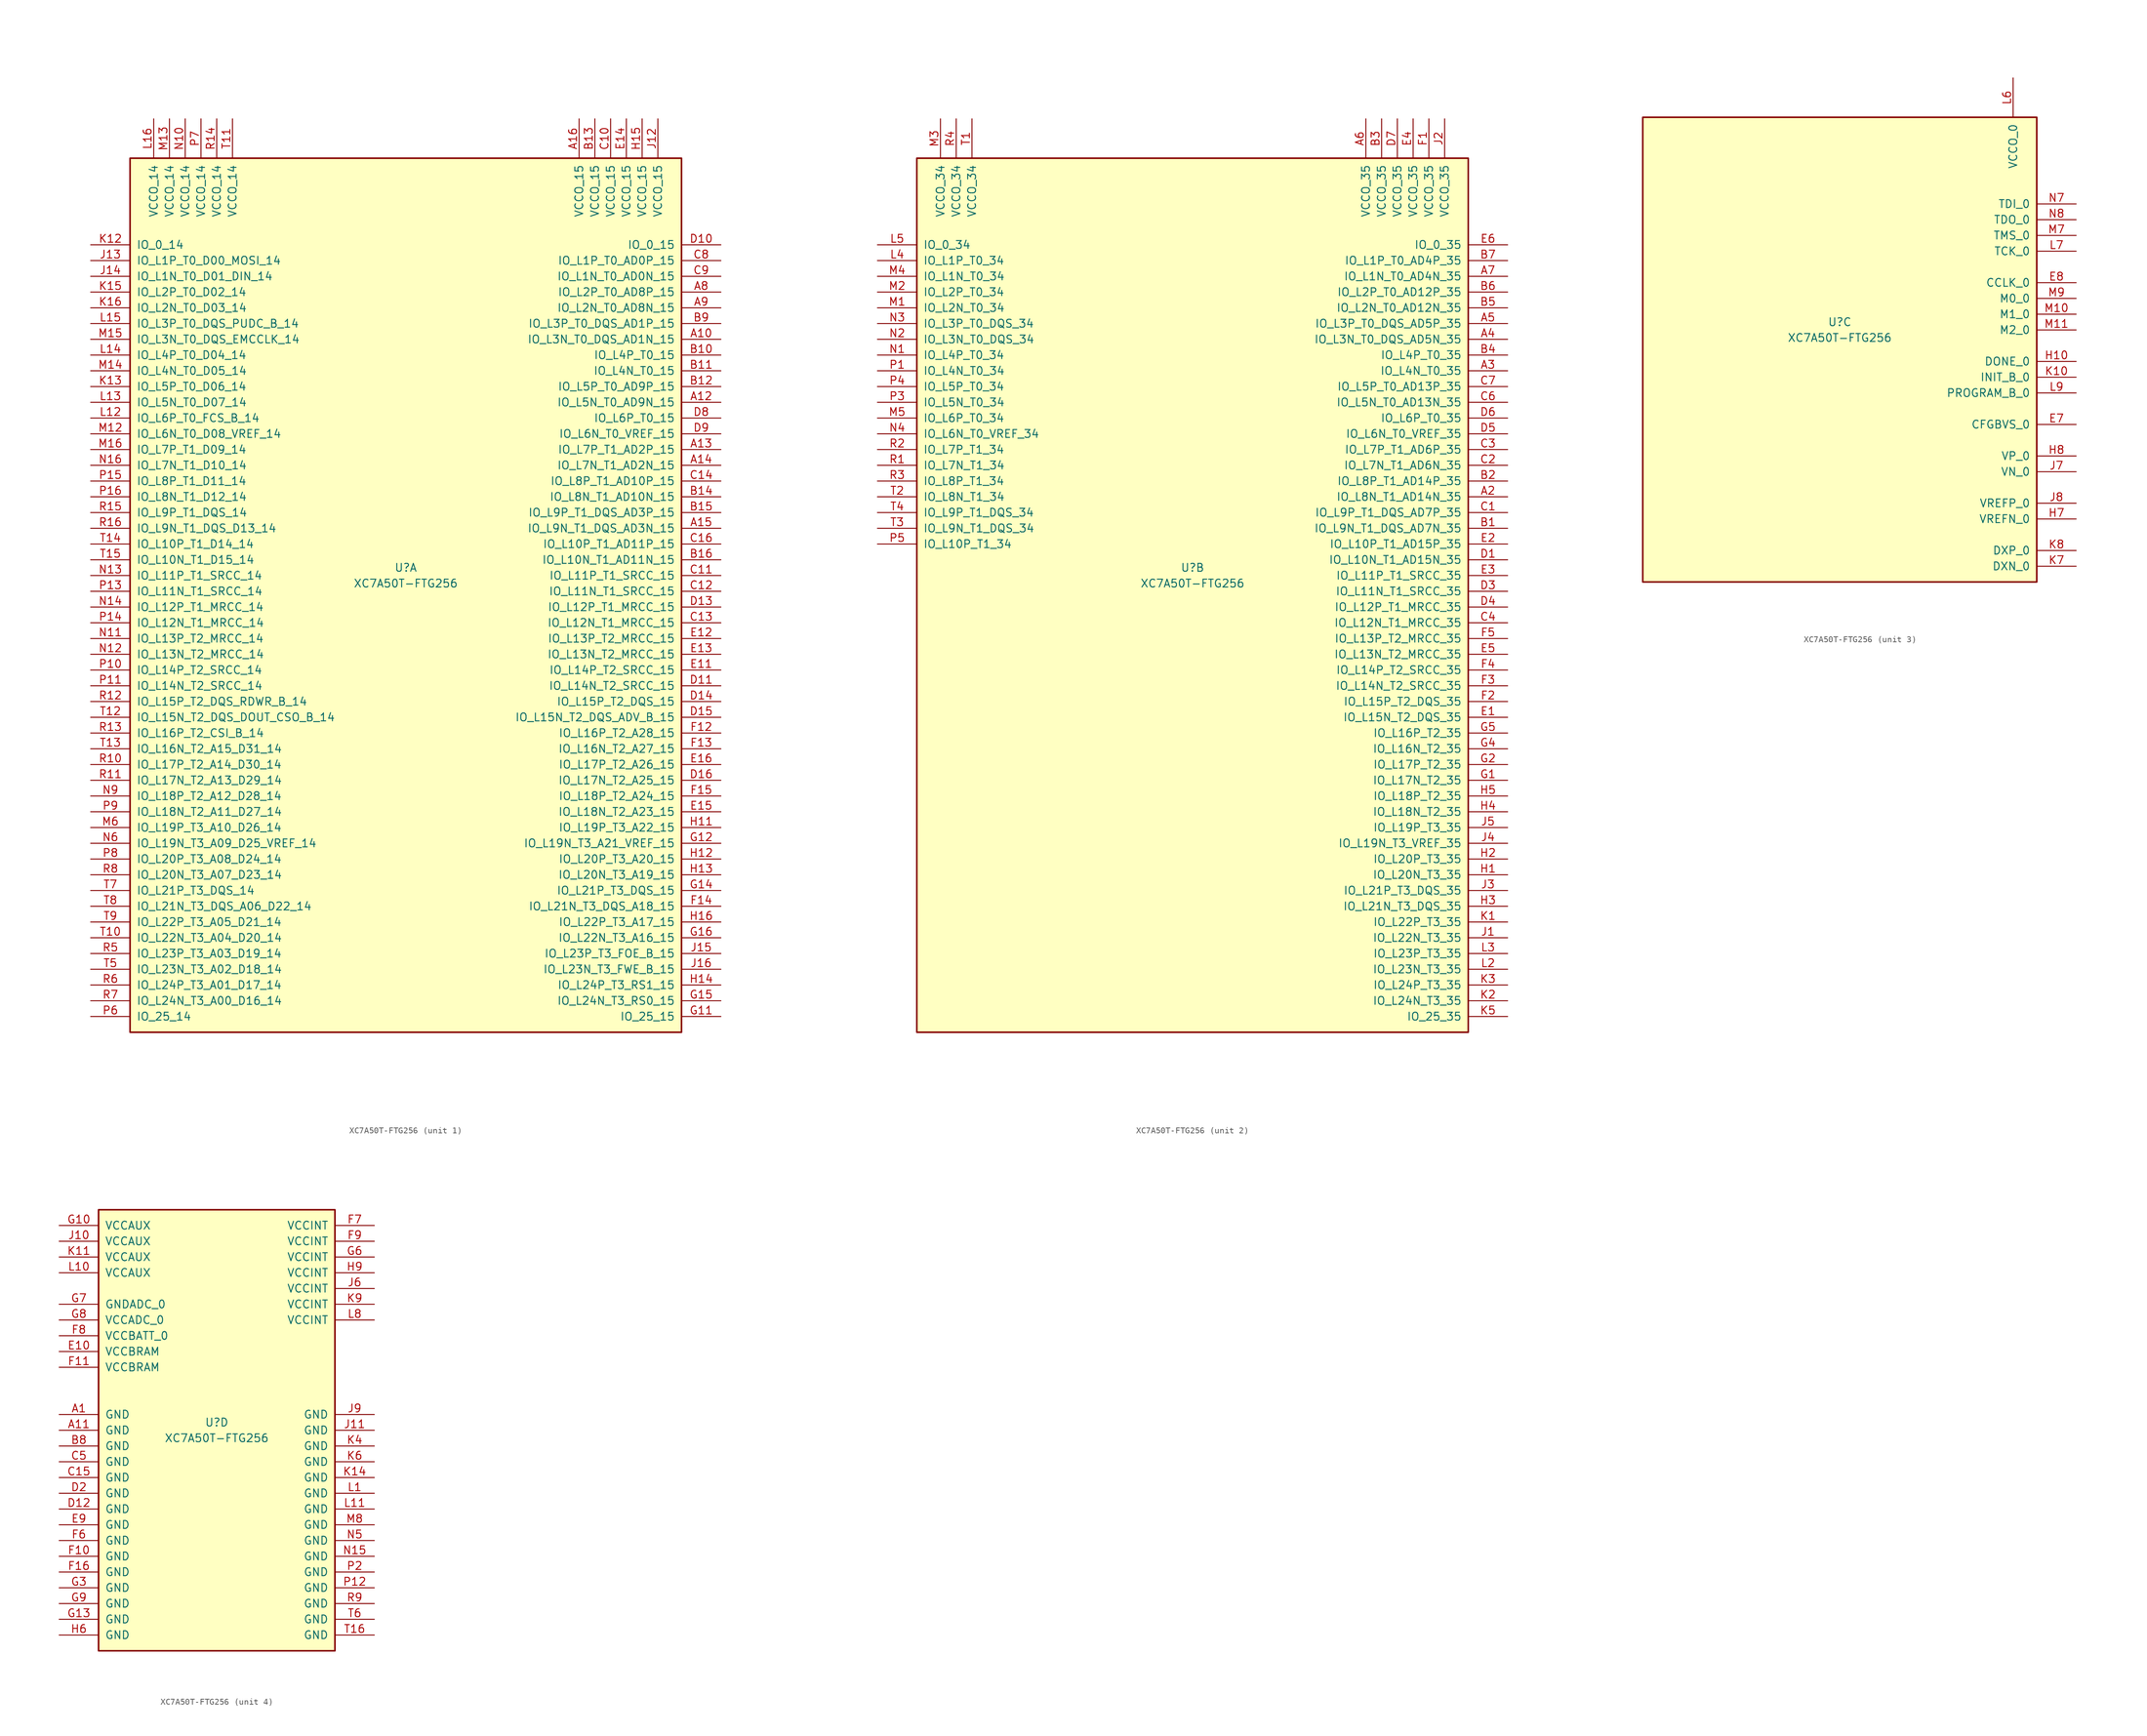
<source format=kicad_sym>
(kicad_symbol_lib
  (version 20201005)
  (generator kicad_symbol_editor)
  (symbol "FPGA_Xilinx_Artix7:XC7A50T-FTG256"
    (pin_names
      (offset 1.016))
    (property "Reference" "U"
      (at 0 1.27 0)
      (effects (font (size 1.27 1.27))))
    (property "Value" "XC7A50T-FTG256"
      (at 0 -1.27 0)
      (effects (font (size 1.27 1.27))))
    (property "Datasheet" ""
      (at 0 0 0)
      (effects (font (size 1.27 1.27))))
    (property "ki_locked" ""
      (at 0 0 0)
      (effects (font (size 1.27 1.27))))
    (symbol "XC7A50T-FTG256_1_1"
      (rectangle (start -44.45 67.31) (end 44.45 -73.66) (stroke (width 0.254)) (fill (type background)))
      (pin power_in line (at -40.64 73.66 270) (length 6.35) (name "VCCO_14" (effects (font (size 1.27 1.27)))) (number "L16" (effects (font (size 1.27 1.27)))))
      (pin power_in line (at -38.1 73.66 270) (length 6.35) (name "VCCO_14" (effects (font (size 1.27 1.27)))) (number "M13" (effects (font (size 1.27 1.27)))))
      (pin power_in line (at -35.56 73.66 270) (length 6.35) (name "VCCO_14" (effects (font (size 1.27 1.27)))) (number "N10" (effects (font (size 1.27 1.27)))))
      (pin power_in line (at -33.02 73.66 270) (length 6.35) (name "VCCO_14" (effects (font (size 1.27 1.27)))) (number "P7" (effects (font (size 1.27 1.27)))))
      (pin power_in line (at -30.48 73.66 270) (length 6.35) (name "VCCO_14" (effects (font (size 1.27 1.27)))) (number "R14" (effects (font (size 1.27 1.27)))))
      (pin power_in line (at -27.94 73.66 270) (length 6.35) (name "VCCO_14" (effects (font (size 1.27 1.27)))) (number "T11" (effects (font (size 1.27 1.27)))))
      (pin bidirectional line (at -50.8 53.34 0) (length 6.35) (name "IO_0_14" (effects (font (size 1.27 1.27)))) (number "K12" (effects (font (size 1.27 1.27)))))
      (pin bidirectional line (at -50.8 50.8 0) (length 6.35) (name "IO_L1P_T0_D00_MOSI_14" (effects (font (size 1.27 1.27)))) (number "J13" (effects (font (size 1.27 1.27)))))
      (pin bidirectional line (at -50.8 48.26 0) (length 6.35) (name "IO_L1N_T0_D01_DIN_14" (effects (font (size 1.27 1.27)))) (number "J14" (effects (font (size 1.27 1.27)))))
      (pin bidirectional line (at -50.8 45.72 0) (length 6.35) (name "IO_L2P_T0_D02_14" (effects (font (size 1.27 1.27)))) (number "K15" (effects (font (size 1.27 1.27)))))
      (pin bidirectional line (at -50.8 43.18 0) (length 6.35) (name "IO_L2N_T0_D03_14" (effects (font (size 1.27 1.27)))) (number "K16" (effects (font (size 1.27 1.27)))))
      (pin bidirectional line (at -50.8 40.64 0) (length 6.35) (name "IO_L3P_T0_DQS_PUDC_B_14" (effects (font (size 1.27 1.27)))) (number "L15" (effects (font (size 1.27 1.27)))))
      (pin bidirectional line (at -50.8 38.1 0) (length 6.35) (name "IO_L3N_T0_DQS_EMCCLK_14" (effects (font (size 1.27 1.27)))) (number "M15" (effects (font (size 1.27 1.27)))))
      (pin bidirectional line (at -50.8 35.56 0) (length 6.35) (name "IO_L4P_T0_D04_14" (effects (font (size 1.27 1.27)))) (number "L14" (effects (font (size 1.27 1.27)))))
      (pin bidirectional line (at -50.8 33.02 0) (length 6.35) (name "IO_L4N_T0_D05_14" (effects (font (size 1.27 1.27)))) (number "M14" (effects (font (size 1.27 1.27)))))
      (pin bidirectional line (at -50.8 30.48 0) (length 6.35) (name "IO_L5P_T0_D06_14" (effects (font (size 1.27 1.27)))) (number "K13" (effects (font (size 1.27 1.27)))))
      (pin bidirectional line (at -50.8 27.94 0) (length 6.35) (name "IO_L5N_T0_D07_14" (effects (font (size 1.27 1.27)))) (number "L13" (effects (font (size 1.27 1.27)))))
      (pin bidirectional line (at -50.8 25.4 0) (length 6.35) (name "IO_L6P_T0_FCS_B_14" (effects (font (size 1.27 1.27)))) (number "L12" (effects (font (size 1.27 1.27)))))
      (pin bidirectional line (at -50.8 22.86 0) (length 6.35) (name "IO_L6N_T0_D08_VREF_14" (effects (font (size 1.27 1.27)))) (number "M12" (effects (font (size 1.27 1.27)))))
      (pin bidirectional line (at -50.8 20.32 0) (length 6.35) (name "IO_L7P_T1_D09_14" (effects (font (size 1.27 1.27)))) (number "M16" (effects (font (size 1.27 1.27)))))
      (pin bidirectional line (at -50.8 17.78 0) (length 6.35) (name "IO_L7N_T1_D10_14" (effects (font (size 1.27 1.27)))) (number "N16" (effects (font (size 1.27 1.27)))))
      (pin bidirectional line (at -50.8 15.24 0) (length 6.35) (name "IO_L8P_T1_D11_14" (effects (font (size 1.27 1.27)))) (number "P15" (effects (font (size 1.27 1.27)))))
      (pin bidirectional line (at -50.8 12.7 0) (length 6.35) (name "IO_L8N_T1_D12_14" (effects (font (size 1.27 1.27)))) (number "P16" (effects (font (size 1.27 1.27)))))
      (pin bidirectional line (at -50.8 10.16 0) (length 6.35) (name "IO_L9P_T1_DQS_14" (effects (font (size 1.27 1.27)))) (number "R15" (effects (font (size 1.27 1.27)))))
      (pin bidirectional line (at -50.8 7.62 0) (length 6.35) (name "IO_L9N_T1_DQS_D13_14" (effects (font (size 1.27 1.27)))) (number "R16" (effects (font (size 1.27 1.27)))))
      (pin bidirectional line (at -50.8 5.08 0) (length 6.35) (name "IO_L10P_T1_D14_14" (effects (font (size 1.27 1.27)))) (number "T14" (effects (font (size 1.27 1.27)))))
      (pin bidirectional line (at -50.8 2.54 0) (length 6.35) (name "IO_L10N_T1_D15_14" (effects (font (size 1.27 1.27)))) (number "T15" (effects (font (size 1.27 1.27)))))
      (pin bidirectional line (at -50.8 0 0) (length 6.35) (name "IO_L11P_T1_SRCC_14" (effects (font (size 1.27 1.27)))) (number "N13" (effects (font (size 1.27 1.27)))))
      (pin bidirectional line (at -50.8 -2.54 0) (length 6.35) (name "IO_L11N_T1_SRCC_14" (effects (font (size 1.27 1.27)))) (number "P13" (effects (font (size 1.27 1.27)))))
      (pin bidirectional line (at -50.8 -5.08 0) (length 6.35) (name "IO_L12P_T1_MRCC_14" (effects (font (size 1.27 1.27)))) (number "N14" (effects (font (size 1.27 1.27)))))
      (pin bidirectional line (at -50.8 -7.62 0) (length 6.35) (name "IO_L12N_T1_MRCC_14" (effects (font (size 1.27 1.27)))) (number "P14" (effects (font (size 1.27 1.27)))))
      (pin bidirectional line (at -50.8 -10.16 0) (length 6.35) (name "IO_L13P_T2_MRCC_14" (effects (font (size 1.27 1.27)))) (number "N11" (effects (font (size 1.27 1.27)))))
      (pin bidirectional line (at -50.8 -12.7 0) (length 6.35) (name "IO_L13N_T2_MRCC_14" (effects (font (size 1.27 1.27)))) (number "N12" (effects (font (size 1.27 1.27)))))
      (pin bidirectional line (at -50.8 -15.24 0) (length 6.35) (name "IO_L14P_T2_SRCC_14" (effects (font (size 1.27 1.27)))) (number "P10" (effects (font (size 1.27 1.27)))))
      (pin bidirectional line (at -50.8 -17.78 0) (length 6.35) (name "IO_L14N_T2_SRCC_14" (effects (font (size 1.27 1.27)))) (number "P11" (effects (font (size 1.27 1.27)))))
      (pin bidirectional line (at -50.8 -20.32 0) (length 6.35) (name "IO_L15P_T2_DQS_RDWR_B_14" (effects (font (size 1.27 1.27)))) (number "R12" (effects (font (size 1.27 1.27)))))
      (pin bidirectional line (at -50.8 -22.86 0) (length 6.35) (name "IO_L15N_T2_DQS_DOUT_CSO_B_14" (effects (font (size 1.27 1.27)))) (number "T12" (effects (font (size 1.27 1.27)))))
      (pin bidirectional line (at -50.8 -25.4 0) (length 6.35) (name "IO_L16P_T2_CSI_B_14" (effects (font (size 1.27 1.27)))) (number "R13" (effects (font (size 1.27 1.27)))))
      (pin bidirectional line (at -50.8 -27.94 0) (length 6.35) (name "IO_L16N_T2_A15_D31_14" (effects (font (size 1.27 1.27)))) (number "T13" (effects (font (size 1.27 1.27)))))
      (pin bidirectional line (at -50.8 -30.48 0) (length 6.35) (name "IO_L17P_T2_A14_D30_14" (effects (font (size 1.27 1.27)))) (number "R10" (effects (font (size 1.27 1.27)))))
      (pin bidirectional line (at -50.8 -33.02 0) (length 6.35) (name "IO_L17N_T2_A13_D29_14" (effects (font (size 1.27 1.27)))) (number "R11" (effects (font (size 1.27 1.27)))))
      (pin bidirectional line (at -50.8 -35.56 0) (length 6.35) (name "IO_L18P_T2_A12_D28_14" (effects (font (size 1.27 1.27)))) (number "N9" (effects (font (size 1.27 1.27)))))
      (pin bidirectional line (at -50.8 -38.1 0) (length 6.35) (name "IO_L18N_T2_A11_D27_14" (effects (font (size 1.27 1.27)))) (number "P9" (effects (font (size 1.27 1.27)))))
      (pin bidirectional line (at -50.8 -40.64 0) (length 6.35) (name "IO_L19P_T3_A10_D26_14" (effects (font (size 1.27 1.27)))) (number "M6" (effects (font (size 1.27 1.27)))))
      (pin bidirectional line (at -50.8 -43.18 0) (length 6.35) (name "IO_L19N_T3_A09_D25_VREF_14" (effects (font (size 1.27 1.27)))) (number "N6" (effects (font (size 1.27 1.27)))))
      (pin bidirectional line (at -50.8 -45.72 0) (length 6.35) (name "IO_L20P_T3_A08_D24_14" (effects (font (size 1.27 1.27)))) (number "P8" (effects (font (size 1.27 1.27)))))
      (pin bidirectional line (at -50.8 -48.26 0) (length 6.35) (name "IO_L20N_T3_A07_D23_14" (effects (font (size 1.27 1.27)))) (number "R8" (effects (font (size 1.27 1.27)))))
      (pin bidirectional line (at -50.8 -50.8 0) (length 6.35) (name "IO_L21P_T3_DQS_14" (effects (font (size 1.27 1.27)))) (number "T7" (effects (font (size 1.27 1.27)))))
      (pin bidirectional line (at -50.8 -53.34 0) (length 6.35) (name "IO_L21N_T3_DQS_A06_D22_14" (effects (font (size 1.27 1.27)))) (number "T8" (effects (font (size 1.27 1.27)))))
      (pin bidirectional line (at -50.8 -55.88 0) (length 6.35) (name "IO_L22P_T3_A05_D21_14" (effects (font (size 1.27 1.27)))) (number "T9" (effects (font (size 1.27 1.27)))))
      (pin bidirectional line (at -50.8 -58.42 0) (length 6.35) (name "IO_L22N_T3_A04_D20_14" (effects (font (size 1.27 1.27)))) (number "T10" (effects (font (size 1.27 1.27)))))
      (pin bidirectional line (at -50.8 -60.96 0) (length 6.35) (name "IO_L23P_T3_A03_D19_14" (effects (font (size 1.27 1.27)))) (number "R5" (effects (font (size 1.27 1.27)))))
      (pin bidirectional line (at -50.8 -63.5 0) (length 6.35) (name "IO_L23N_T3_A02_D18_14" (effects (font (size 1.27 1.27)))) (number "T5" (effects (font (size 1.27 1.27)))))
      (pin bidirectional line (at -50.8 -66.04 0) (length 6.35) (name "IO_L24P_T3_A01_D17_14" (effects (font (size 1.27 1.27)))) (number "R6" (effects (font (size 1.27 1.27)))))
      (pin bidirectional line (at -50.8 -68.58 0) (length 6.35) (name "IO_L24N_T3_A00_D16_14" (effects (font (size 1.27 1.27)))) (number "R7" (effects (font (size 1.27 1.27)))))
      (pin bidirectional line (at -50.8 -71.12 0) (length 6.35) (name "IO_25_14" (effects (font (size 1.27 1.27)))) (number "P6" (effects (font (size 1.27 1.27)))))
      (pin power_in line (at 27.94 73.66 270) (length 6.35) (name "VCCO_15" (effects (font (size 1.27 1.27)))) (number "A16" (effects (font (size 1.27 1.27)))))
      (pin power_in line (at 30.48 73.66 270) (length 6.35) (name "VCCO_15" (effects (font (size 1.27 1.27)))) (number "B13" (effects (font (size 1.27 1.27)))))
      (pin power_in line (at 33.02 73.66 270) (length 6.35) (name "VCCO_15" (effects (font (size 1.27 1.27)))) (number "C10" (effects (font (size 1.27 1.27)))))
      (pin power_in line (at 35.56 73.66 270) (length 6.35) (name "VCCO_15" (effects (font (size 1.27 1.27)))) (number "E14" (effects (font (size 1.27 1.27)))))
      (pin power_in line (at 38.1 73.66 270) (length 6.35) (name "VCCO_15" (effects (font (size 1.27 1.27)))) (number "H15" (effects (font (size 1.27 1.27)))))
      (pin power_in line (at 40.64 73.66 270) (length 6.35) (name "VCCO_15" (effects (font (size 1.27 1.27)))) (number "J12" (effects (font (size 1.27 1.27)))))
      (pin bidirectional line (at 50.8 53.34 180) (length 6.35) (name "IO_0_15" (effects (font (size 1.27 1.27)))) (number "D10" (effects (font (size 1.27 1.27)))))
      (pin bidirectional line (at 50.8 50.8 180) (length 6.35) (name "IO_L1P_T0_AD0P_15" (effects (font (size 1.27 1.27)))) (number "C8" (effects (font (size 1.27 1.27)))))
      (pin bidirectional line (at 50.8 48.26 180) (length 6.35) (name "IO_L1N_T0_AD0N_15" (effects (font (size 1.27 1.27)))) (number "C9" (effects (font (size 1.27 1.27)))))
      (pin bidirectional line (at 50.8 45.72 180) (length 6.35) (name "IO_L2P_T0_AD8P_15" (effects (font (size 1.27 1.27)))) (number "A8" (effects (font (size 1.27 1.27)))))
      (pin bidirectional line (at 50.8 43.18 180) (length 6.35) (name "IO_L2N_T0_AD8N_15" (effects (font (size 1.27 1.27)))) (number "A9" (effects (font (size 1.27 1.27)))))
      (pin bidirectional line (at 50.8 40.64 180) (length 6.35) (name "IO_L3P_T0_DQS_AD1P_15" (effects (font (size 1.27 1.27)))) (number "B9" (effects (font (size 1.27 1.27)))))
      (pin bidirectional line (at 50.8 38.1 180) (length 6.35) (name "IO_L3N_T0_DQS_AD1N_15" (effects (font (size 1.27 1.27)))) (number "A10" (effects (font (size 1.27 1.27)))))
      (pin bidirectional line (at 50.8 35.56 180) (length 6.35) (name "IO_L4P_T0_15" (effects (font (size 1.27 1.27)))) (number "B10" (effects (font (size 1.27 1.27)))))
      (pin bidirectional line (at 50.8 33.02 180) (length 6.35) (name "IO_L4N_T0_15" (effects (font (size 1.27 1.27)))) (number "B11" (effects (font (size 1.27 1.27)))))
      (pin bidirectional line (at 50.8 30.48 180) (length 6.35) (name "IO_L5P_T0_AD9P_15" (effects (font (size 1.27 1.27)))) (number "B12" (effects (font (size 1.27 1.27)))))
      (pin bidirectional line (at 50.8 27.94 180) (length 6.35) (name "IO_L5N_T0_AD9N_15" (effects (font (size 1.27 1.27)))) (number "A12" (effects (font (size 1.27 1.27)))))
      (pin bidirectional line (at 50.8 25.4 180) (length 6.35) (name "IO_L6P_T0_15" (effects (font (size 1.27 1.27)))) (number "D8" (effects (font (size 1.27 1.27)))))
      (pin bidirectional line (at 50.8 22.86 180) (length 6.35) (name "IO_L6N_T0_VREF_15" (effects (font (size 1.27 1.27)))) (number "D9" (effects (font (size 1.27 1.27)))))
      (pin bidirectional line (at 50.8 20.32 180) (length 6.35) (name "IO_L7P_T1_AD2P_15" (effects (font (size 1.27 1.27)))) (number "A13" (effects (font (size 1.27 1.27)))))
      (pin bidirectional line (at 50.8 17.78 180) (length 6.35) (name "IO_L7N_T1_AD2N_15" (effects (font (size 1.27 1.27)))) (number "A14" (effects (font (size 1.27 1.27)))))
      (pin bidirectional line (at 50.8 15.24 180) (length 6.35) (name "IO_L8P_T1_AD10P_15" (effects (font (size 1.27 1.27)))) (number "C14" (effects (font (size 1.27 1.27)))))
      (pin bidirectional line (at 50.8 12.7 180) (length 6.35) (name "IO_L8N_T1_AD10N_15" (effects (font (size 1.27 1.27)))) (number "B14" (effects (font (size 1.27 1.27)))))
      (pin bidirectional line (at 50.8 10.16 180) (length 6.35) (name "IO_L9P_T1_DQS_AD3P_15" (effects (font (size 1.27 1.27)))) (number "B15" (effects (font (size 1.27 1.27)))))
      (pin bidirectional line (at 50.8 7.62 180) (length 6.35) (name "IO_L9N_T1_DQS_AD3N_15" (effects (font (size 1.27 1.27)))) (number "A15" (effects (font (size 1.27 1.27)))))
      (pin bidirectional line (at 50.8 5.08 180) (length 6.35) (name "IO_L10P_T1_AD11P_15" (effects (font (size 1.27 1.27)))) (number "C16" (effects (font (size 1.27 1.27)))))
      (pin bidirectional line (at 50.8 2.54 180) (length 6.35) (name "IO_L10N_T1_AD11N_15" (effects (font (size 1.27 1.27)))) (number "B16" (effects (font (size 1.27 1.27)))))
      (pin bidirectional line (at 50.8 0 180) (length 6.35) (name "IO_L11P_T1_SRCC_15" (effects (font (size 1.27 1.27)))) (number "C11" (effects (font (size 1.27 1.27)))))
      (pin bidirectional line (at 50.8 -2.54 180) (length 6.35) (name "IO_L11N_T1_SRCC_15" (effects (font (size 1.27 1.27)))) (number "C12" (effects (font (size 1.27 1.27)))))
      (pin bidirectional line (at 50.8 -5.08 180) (length 6.35) (name "IO_L12P_T1_MRCC_15" (effects (font (size 1.27 1.27)))) (number "D13" (effects (font (size 1.27 1.27)))))
      (pin bidirectional line (at 50.8 -7.62 180) (length 6.35) (name "IO_L12N_T1_MRCC_15" (effects (font (size 1.27 1.27)))) (number "C13" (effects (font (size 1.27 1.27)))))
      (pin bidirectional line (at 50.8 -10.16 180) (length 6.35) (name "IO_L13P_T2_MRCC_15" (effects (font (size 1.27 1.27)))) (number "E12" (effects (font (size 1.27 1.27)))))
      (pin bidirectional line (at 50.8 -12.7 180) (length 6.35) (name "IO_L13N_T2_MRCC_15" (effects (font (size 1.27 1.27)))) (number "E13" (effects (font (size 1.27 1.27)))))
      (pin bidirectional line (at 50.8 -15.24 180) (length 6.35) (name "IO_L14P_T2_SRCC_15" (effects (font (size 1.27 1.27)))) (number "E11" (effects (font (size 1.27 1.27)))))
      (pin bidirectional line (at 50.8 -17.78 180) (length 6.35) (name "IO_L14N_T2_SRCC_15" (effects (font (size 1.27 1.27)))) (number "D11" (effects (font (size 1.27 1.27)))))
      (pin bidirectional line (at 50.8 -20.32 180) (length 6.35) (name "IO_L15P_T2_DQS_15" (effects (font (size 1.27 1.27)))) (number "D14" (effects (font (size 1.27 1.27)))))
      (pin bidirectional line (at 50.8 -22.86 180) (length 6.35) (name "IO_L15N_T2_DQS_ADV_B_15" (effects (font (size 1.27 1.27)))) (number "D15" (effects (font (size 1.27 1.27)))))
      (pin bidirectional line (at 50.8 -25.4 180) (length 6.35) (name "IO_L16P_T2_A28_15" (effects (font (size 1.27 1.27)))) (number "F12" (effects (font (size 1.27 1.27)))))
      (pin bidirectional line (at 50.8 -27.94 180) (length 6.35) (name "IO_L16N_T2_A27_15" (effects (font (size 1.27 1.27)))) (number "F13" (effects (font (size 1.27 1.27)))))
      (pin bidirectional line (at 50.8 -30.48 180) (length 6.35) (name "IO_L17P_T2_A26_15" (effects (font (size 1.27 1.27)))) (number "E16" (effects (font (size 1.27 1.27)))))
      (pin bidirectional line (at 50.8 -33.02 180) (length 6.35) (name "IO_L17N_T2_A25_15" (effects (font (size 1.27 1.27)))) (number "D16" (effects (font (size 1.27 1.27)))))
      (pin bidirectional line (at 50.8 -35.56 180) (length 6.35) (name "IO_L18P_T2_A24_15" (effects (font (size 1.27 1.27)))) (number "F15" (effects (font (size 1.27 1.27)))))
      (pin bidirectional line (at 50.8 -38.1 180) (length 6.35) (name "IO_L18N_T2_A23_15" (effects (font (size 1.27 1.27)))) (number "E15" (effects (font (size 1.27 1.27)))))
      (pin bidirectional line (at 50.8 -40.64 180) (length 6.35) (name "IO_L19P_T3_A22_15" (effects (font (size 1.27 1.27)))) (number "H11" (effects (font (size 1.27 1.27)))))
      (pin bidirectional line (at 50.8 -43.18 180) (length 6.35) (name "IO_L19N_T3_A21_VREF_15" (effects (font (size 1.27 1.27)))) (number "G12" (effects (font (size 1.27 1.27)))))
      (pin bidirectional line (at 50.8 -45.72 180) (length 6.35) (name "IO_L20P_T3_A20_15" (effects (font (size 1.27 1.27)))) (number "H12" (effects (font (size 1.27 1.27)))))
      (pin bidirectional line (at 50.8 -48.26 180) (length 6.35) (name "IO_L20N_T3_A19_15" (effects (font (size 1.27 1.27)))) (number "H13" (effects (font (size 1.27 1.27)))))
      (pin bidirectional line (at 50.8 -50.8 180) (length 6.35) (name "IO_L21P_T3_DQS_15" (effects (font (size 1.27 1.27)))) (number "G14" (effects (font (size 1.27 1.27)))))
      (pin bidirectional line (at 50.8 -53.34 180) (length 6.35) (name "IO_L21N_T3_DQS_A18_15" (effects (font (size 1.27 1.27)))) (number "F14" (effects (font (size 1.27 1.27)))))
      (pin bidirectional line (at 50.8 -55.88 180) (length 6.35) (name "IO_L22P_T3_A17_15" (effects (font (size 1.27 1.27)))) (number "H16" (effects (font (size 1.27 1.27)))))
      (pin bidirectional line (at 50.8 -58.42 180) (length 6.35) (name "IO_L22N_T3_A16_15" (effects (font (size 1.27 1.27)))) (number "G16" (effects (font (size 1.27 1.27)))))
      (pin bidirectional line (at 50.8 -60.96 180) (length 6.35) (name "IO_L23P_T3_FOE_B_15" (effects (font (size 1.27 1.27)))) (number "J15" (effects (font (size 1.27 1.27)))))
      (pin bidirectional line (at 50.8 -63.5 180) (length 6.35) (name "IO_L23N_T3_FWE_B_15" (effects (font (size 1.27 1.27)))) (number "J16" (effects (font (size 1.27 1.27)))))
      (pin bidirectional line (at 50.8 -66.04 180) (length 6.35) (name "IO_L24P_T3_RS1_15" (effects (font (size 1.27 1.27)))) (number "H14" (effects (font (size 1.27 1.27)))))
      (pin bidirectional line (at 50.8 -68.58 180) (length 6.35) (name "IO_L24N_T3_RS0_15" (effects (font (size 1.27 1.27)))) (number "G15" (effects (font (size 1.27 1.27)))))
      (pin bidirectional line (at 50.8 -71.12 180) (length 6.35) (name "IO_25_15" (effects (font (size 1.27 1.27)))) (number "G11" (effects (font (size 1.27 1.27))))))
    (symbol "XC7A50T-FTG256_2_1"
      (rectangle (start -44.45 67.31) (end 44.45 -73.66) (stroke (width 0.254)) (fill (type background)))
      (pin power_in line (at -40.64 73.66 270) (length 6.35) (name "VCCO_34" (effects (font (size 1.27 1.27)))) (number "M3" (effects (font (size 1.27 1.27)))))
      (pin power_in line (at -38.1 73.66 270) (length 6.35) (name "VCCO_34" (effects (font (size 1.27 1.27)))) (number "R4" (effects (font (size 1.27 1.27)))))
      (pin power_in line (at -35.56 73.66 270) (length 6.35) (name "VCCO_34" (effects (font (size 1.27 1.27)))) (number "T1" (effects (font (size 1.27 1.27)))))
      (pin bidirectional line (at -50.8 53.34 0) (length 6.35) (name "IO_0_34" (effects (font (size 1.27 1.27)))) (number "L5" (effects (font (size 1.27 1.27)))))
      (pin bidirectional line (at -50.8 50.8 0) (length 6.35) (name "IO_L1P_T0_34" (effects (font (size 1.27 1.27)))) (number "L4" (effects (font (size 1.27 1.27)))))
      (pin bidirectional line (at -50.8 48.26 0) (length 6.35) (name "IO_L1N_T0_34" (effects (font (size 1.27 1.27)))) (number "M4" (effects (font (size 1.27 1.27)))))
      (pin bidirectional line (at -50.8 45.72 0) (length 6.35) (name "IO_L2P_T0_34" (effects (font (size 1.27 1.27)))) (number "M2" (effects (font (size 1.27 1.27)))))
      (pin bidirectional line (at -50.8 43.18 0) (length 6.35) (name "IO_L2N_T0_34" (effects (font (size 1.27 1.27)))) (number "M1" (effects (font (size 1.27 1.27)))))
      (pin bidirectional line (at -50.8 40.64 0) (length 6.35) (name "IO_L3P_T0_DQS_34" (effects (font (size 1.27 1.27)))) (number "N3" (effects (font (size 1.27 1.27)))))
      (pin bidirectional line (at -50.8 38.1 0) (length 6.35) (name "IO_L3N_T0_DQS_34" (effects (font (size 1.27 1.27)))) (number "N2" (effects (font (size 1.27 1.27)))))
      (pin bidirectional line (at -50.8 35.56 0) (length 6.35) (name "IO_L4P_T0_34" (effects (font (size 1.27 1.27)))) (number "N1" (effects (font (size 1.27 1.27)))))
      (pin bidirectional line (at -50.8 33.02 0) (length 6.35) (name "IO_L4N_T0_34" (effects (font (size 1.27 1.27)))) (number "P1" (effects (font (size 1.27 1.27)))))
      (pin bidirectional line (at -50.8 30.48 0) (length 6.35) (name "IO_L5P_T0_34" (effects (font (size 1.27 1.27)))) (number "P4" (effects (font (size 1.27 1.27)))))
      (pin bidirectional line (at -50.8 27.94 0) (length 6.35) (name "IO_L5N_T0_34" (effects (font (size 1.27 1.27)))) (number "P3" (effects (font (size 1.27 1.27)))))
      (pin bidirectional line (at -50.8 25.4 0) (length 6.35) (name "IO_L6P_T0_34" (effects (font (size 1.27 1.27)))) (number "M5" (effects (font (size 1.27 1.27)))))
      (pin bidirectional line (at -50.8 22.86 0) (length 6.35) (name "IO_L6N_T0_VREF_34" (effects (font (size 1.27 1.27)))) (number "N4" (effects (font (size 1.27 1.27)))))
      (pin bidirectional line (at -50.8 20.32 0) (length 6.35) (name "IO_L7P_T1_34" (effects (font (size 1.27 1.27)))) (number "R2" (effects (font (size 1.27 1.27)))))
      (pin bidirectional line (at -50.8 17.78 0) (length 6.35) (name "IO_L7N_T1_34" (effects (font (size 1.27 1.27)))) (number "R1" (effects (font (size 1.27 1.27)))))
      (pin bidirectional line (at -50.8 15.24 0) (length 6.35) (name "IO_L8P_T1_34" (effects (font (size 1.27 1.27)))) (number "R3" (effects (font (size 1.27 1.27)))))
      (pin bidirectional line (at -50.8 12.7 0) (length 6.35) (name "IO_L8N_T1_34" (effects (font (size 1.27 1.27)))) (number "T2" (effects (font (size 1.27 1.27)))))
      (pin bidirectional line (at -50.8 10.16 0) (length 6.35) (name "IO_L9P_T1_DQS_34" (effects (font (size 1.27 1.27)))) (number "T4" (effects (font (size 1.27 1.27)))))
      (pin bidirectional line (at -50.8 7.62 0) (length 6.35) (name "IO_L9N_T1_DQS_34" (effects (font (size 1.27 1.27)))) (number "T3" (effects (font (size 1.27 1.27)))))
      (pin bidirectional line (at -50.8 5.08 0) (length 6.35) (name "IO_L10P_T1_34" (effects (font (size 1.27 1.27)))) (number "P5" (effects (font (size 1.27 1.27)))))
      (pin power_in line (at 27.94 73.66 270) (length 6.35) (name "VCCO_35" (effects (font (size 1.27 1.27)))) (number "A6" (effects (font (size 1.27 1.27)))))
      (pin power_in line (at 30.48 73.66 270) (length 6.35) (name "VCCO_35" (effects (font (size 1.27 1.27)))) (number "B3" (effects (font (size 1.27 1.27)))))
      (pin power_in line (at 33.02 73.66 270) (length 6.35) (name "VCCO_35" (effects (font (size 1.27 1.27)))) (number "D7" (effects (font (size 1.27 1.27)))))
      (pin power_in line (at 35.56 73.66 270) (length 6.35) (name "VCCO_35" (effects (font (size 1.27 1.27)))) (number "E4" (effects (font (size 1.27 1.27)))))
      (pin power_in line (at 38.1 73.66 270) (length 6.35) (name "VCCO_35" (effects (font (size 1.27 1.27)))) (number "F1" (effects (font (size 1.27 1.27)))))
      (pin power_in line (at 40.64 73.66 270) (length 6.35) (name "VCCO_35" (effects (font (size 1.27 1.27)))) (number "J2" (effects (font (size 1.27 1.27)))))
      (pin bidirectional line (at 50.8 53.34 180) (length 6.35) (name "IO_0_35" (effects (font (size 1.27 1.27)))) (number "E6" (effects (font (size 1.27 1.27)))))
      (pin bidirectional line (at 50.8 50.8 180) (length 6.35) (name "IO_L1P_T0_AD4P_35" (effects (font (size 1.27 1.27)))) (number "B7" (effects (font (size 1.27 1.27)))))
      (pin bidirectional line (at 50.8 48.26 180) (length 6.35) (name "IO_L1N_T0_AD4N_35" (effects (font (size 1.27 1.27)))) (number "A7" (effects (font (size 1.27 1.27)))))
      (pin bidirectional line (at 50.8 45.72 180) (length 6.35) (name "IO_L2P_T0_AD12P_35" (effects (font (size 1.27 1.27)))) (number "B6" (effects (font (size 1.27 1.27)))))
      (pin bidirectional line (at 50.8 43.18 180) (length 6.35) (name "IO_L2N_T0_AD12N_35" (effects (font (size 1.27 1.27)))) (number "B5" (effects (font (size 1.27 1.27)))))
      (pin bidirectional line (at 50.8 40.64 180) (length 6.35) (name "IO_L3P_T0_DQS_AD5P_35" (effects (font (size 1.27 1.27)))) (number "A5" (effects (font (size 1.27 1.27)))))
      (pin bidirectional line (at 50.8 38.1 180) (length 6.35) (name "IO_L3N_T0_DQS_AD5N_35" (effects (font (size 1.27 1.27)))) (number "A4" (effects (font (size 1.27 1.27)))))
      (pin bidirectional line (at 50.8 35.56 180) (length 6.35) (name "IO_L4P_T0_35" (effects (font (size 1.27 1.27)))) (number "B4" (effects (font (size 1.27 1.27)))))
      (pin bidirectional line (at 50.8 33.02 180) (length 6.35) (name "IO_L4N_T0_35" (effects (font (size 1.27 1.27)))) (number "A3" (effects (font (size 1.27 1.27)))))
      (pin bidirectional line (at 50.8 30.48 180) (length 6.35) (name "IO_L5P_T0_AD13P_35" (effects (font (size 1.27 1.27)))) (number "C7" (effects (font (size 1.27 1.27)))))
      (pin bidirectional line (at 50.8 27.94 180) (length 6.35) (name "IO_L5N_T0_AD13N_35" (effects (font (size 1.27 1.27)))) (number "C6" (effects (font (size 1.27 1.27)))))
      (pin bidirectional line (at 50.8 25.4 180) (length 6.35) (name "IO_L6P_T0_35" (effects (font (size 1.27 1.27)))) (number "D6" (effects (font (size 1.27 1.27)))))
      (pin bidirectional line (at 50.8 22.86 180) (length 6.35) (name "IO_L6N_T0_VREF_35" (effects (font (size 1.27 1.27)))) (number "D5" (effects (font (size 1.27 1.27)))))
      (pin bidirectional line (at 50.8 20.32 180) (length 6.35) (name "IO_L7P_T1_AD6P_35" (effects (font (size 1.27 1.27)))) (number "C3" (effects (font (size 1.27 1.27)))))
      (pin bidirectional line (at 50.8 17.78 180) (length 6.35) (name "IO_L7N_T1_AD6N_35" (effects (font (size 1.27 1.27)))) (number "C2" (effects (font (size 1.27 1.27)))))
      (pin bidirectional line (at 50.8 15.24 180) (length 6.35) (name "IO_L8P_T1_AD14P_35" (effects (font (size 1.27 1.27)))) (number "B2" (effects (font (size 1.27 1.27)))))
      (pin bidirectional line (at 50.8 12.7 180) (length 6.35) (name "IO_L8N_T1_AD14N_35" (effects (font (size 1.27 1.27)))) (number "A2" (effects (font (size 1.27 1.27)))))
      (pin bidirectional line (at 50.8 10.16 180) (length 6.35) (name "IO_L9P_T1_DQS_AD7P_35" (effects (font (size 1.27 1.27)))) (number "C1" (effects (font (size 1.27 1.27)))))
      (pin bidirectional line (at 50.8 7.62 180) (length 6.35) (name "IO_L9N_T1_DQS_AD7N_35" (effects (font (size 1.27 1.27)))) (number "B1" (effects (font (size 1.27 1.27)))))
      (pin bidirectional line (at 50.8 5.08 180) (length 6.35) (name "IO_L10P_T1_AD15P_35" (effects (font (size 1.27 1.27)))) (number "E2" (effects (font (size 1.27 1.27)))))
      (pin bidirectional line (at 50.8 2.54 180) (length 6.35) (name "IO_L10N_T1_AD15N_35" (effects (font (size 1.27 1.27)))) (number "D1" (effects (font (size 1.27 1.27)))))
      (pin bidirectional line (at 50.8 0 180) (length 6.35) (name "IO_L11P_T1_SRCC_35" (effects (font (size 1.27 1.27)))) (number "E3" (effects (font (size 1.27 1.27)))))
      (pin bidirectional line (at 50.8 -2.54 180) (length 6.35) (name "IO_L11N_T1_SRCC_35" (effects (font (size 1.27 1.27)))) (number "D3" (effects (font (size 1.27 1.27)))))
      (pin bidirectional line (at 50.8 -5.08 180) (length 6.35) (name "IO_L12P_T1_MRCC_35" (effects (font (size 1.27 1.27)))) (number "D4" (effects (font (size 1.27 1.27)))))
      (pin bidirectional line (at 50.8 -7.62 180) (length 6.35) (name "IO_L12N_T1_MRCC_35" (effects (font (size 1.27 1.27)))) (number "C4" (effects (font (size 1.27 1.27)))))
      (pin bidirectional line (at 50.8 -10.16 180) (length 6.35) (name "IO_L13P_T2_MRCC_35" (effects (font (size 1.27 1.27)))) (number "F5" (effects (font (size 1.27 1.27)))))
      (pin bidirectional line (at 50.8 -12.7 180) (length 6.35) (name "IO_L13N_T2_MRCC_35" (effects (font (size 1.27 1.27)))) (number "E5" (effects (font (size 1.27 1.27)))))
      (pin bidirectional line (at 50.8 -15.24 180) (length 6.35) (name "IO_L14P_T2_SRCC_35" (effects (font (size 1.27 1.27)))) (number "F4" (effects (font (size 1.27 1.27)))))
      (pin bidirectional line (at 50.8 -17.78 180) (length 6.35) (name "IO_L14N_T2_SRCC_35" (effects (font (size 1.27 1.27)))) (number "F3" (effects (font (size 1.27 1.27)))))
      (pin bidirectional line (at 50.8 -20.32 180) (length 6.35) (name "IO_L15P_T2_DQS_35" (effects (font (size 1.27 1.27)))) (number "F2" (effects (font (size 1.27 1.27)))))
      (pin bidirectional line (at 50.8 -22.86 180) (length 6.35) (name "IO_L15N_T2_DQS_35" (effects (font (size 1.27 1.27)))) (number "E1" (effects (font (size 1.27 1.27)))))
      (pin bidirectional line (at 50.8 -25.4 180) (length 6.35) (name "IO_L16P_T2_35" (effects (font (size 1.27 1.27)))) (number "G5" (effects (font (size 1.27 1.27)))))
      (pin bidirectional line (at 50.8 -27.94 180) (length 6.35) (name "IO_L16N_T2_35" (effects (font (size 1.27 1.27)))) (number "G4" (effects (font (size 1.27 1.27)))))
      (pin bidirectional line (at 50.8 -30.48 180) (length 6.35) (name "IO_L17P_T2_35" (effects (font (size 1.27 1.27)))) (number "G2" (effects (font (size 1.27 1.27)))))
      (pin bidirectional line (at 50.8 -33.02 180) (length 6.35) (name "IO_L17N_T2_35" (effects (font (size 1.27 1.27)))) (number "G1" (effects (font (size 1.27 1.27)))))
      (pin bidirectional line (at 50.8 -35.56 180) (length 6.35) (name "IO_L18P_T2_35" (effects (font (size 1.27 1.27)))) (number "H5" (effects (font (size 1.27 1.27)))))
      (pin bidirectional line (at 50.8 -38.1 180) (length 6.35) (name "IO_L18N_T2_35" (effects (font (size 1.27 1.27)))) (number "H4" (effects (font (size 1.27 1.27)))))
      (pin bidirectional line (at 50.8 -40.64 180) (length 6.35) (name "IO_L19P_T3_35" (effects (font (size 1.27 1.27)))) (number "J5" (effects (font (size 1.27 1.27)))))
      (pin bidirectional line (at 50.8 -43.18 180) (length 6.35) (name "IO_L19N_T3_VREF_35" (effects (font (size 1.27 1.27)))) (number "J4" (effects (font (size 1.27 1.27)))))
      (pin bidirectional line (at 50.8 -45.72 180) (length 6.35) (name "IO_L20P_T3_35" (effects (font (size 1.27 1.27)))) (number "H2" (effects (font (size 1.27 1.27)))))
      (pin bidirectional line (at 50.8 -48.26 180) (length 6.35) (name "IO_L20N_T3_35" (effects (font (size 1.27 1.27)))) (number "H1" (effects (font (size 1.27 1.27)))))
      (pin bidirectional line (at 50.8 -50.8 180) (length 6.35) (name "IO_L21P_T3_DQS_35" (effects (font (size 1.27 1.27)))) (number "J3" (effects (font (size 1.27 1.27)))))
      (pin bidirectional line (at 50.8 -53.34 180) (length 6.35) (name "IO_L21N_T3_DQS_35" (effects (font (size 1.27 1.27)))) (number "H3" (effects (font (size 1.27 1.27)))))
      (pin bidirectional line (at 50.8 -55.88 180) (length 6.35) (name "IO_L22P_T3_35" (effects (font (size 1.27 1.27)))) (number "K1" (effects (font (size 1.27 1.27)))))
      (pin bidirectional line (at 50.8 -58.42 180) (length 6.35) (name "IO_L22N_T3_35" (effects (font (size 1.27 1.27)))) (number "J1" (effects (font (size 1.27 1.27)))))
      (pin bidirectional line (at 50.8 -60.96 180) (length 6.35) (name "IO_L23P_T3_35" (effects (font (size 1.27 1.27)))) (number "L3" (effects (font (size 1.27 1.27)))))
      (pin bidirectional line (at 50.8 -63.5 180) (length 6.35) (name "IO_L23N_T3_35" (effects (font (size 1.27 1.27)))) (number "L2" (effects (font (size 1.27 1.27)))))
      (pin bidirectional line (at 50.8 -66.04 180) (length 6.35) (name "IO_L24P_T3_35" (effects (font (size 1.27 1.27)))) (number "K3" (effects (font (size 1.27 1.27)))))
      (pin bidirectional line (at 50.8 -68.58 180) (length 6.35) (name "IO_L24N_T3_35" (effects (font (size 1.27 1.27)))) (number "K2" (effects (font (size 1.27 1.27)))))
      (pin bidirectional line (at 50.8 -71.12 180) (length 6.35) (name "IO_25_35" (effects (font (size 1.27 1.27)))) (number "K5" (effects (font (size 1.27 1.27))))))
    (symbol "XC7A50T-FTG256_3_1"
      (rectangle (start -31.75 34.29) (end 31.75 -40.64) (stroke (width 0.254)) (fill (type background)))
      (pin power_in line (at 27.94 40.64 270) (length 6.35) (name "VCCO_0" (effects (font (size 1.27 1.27)))) (number "L6" (effects (font (size 1.27 1.27)))))
      (pin bidirectional line (at 38.1 20.32 180) (length 6.35) (name "TDI_0" (effects (font (size 1.27 1.27)))) (number "N7" (effects (font (size 1.27 1.27)))))
      (pin bidirectional line (at 38.1 17.78 180) (length 6.35) (name "TDO_0" (effects (font (size 1.27 1.27)))) (number "N8" (effects (font (size 1.27 1.27)))))
      (pin bidirectional line (at 38.1 15.24 180) (length 6.35) (name "TMS_0" (effects (font (size 1.27 1.27)))) (number "M7" (effects (font (size 1.27 1.27)))))
      (pin bidirectional line (at 38.1 12.7 180) (length 6.35) (name "TCK_0" (effects (font (size 1.27 1.27)))) (number "L7" (effects (font (size 1.27 1.27)))))
      (pin bidirectional line (at 38.1 7.62 180) (length 6.35) (name "CCLK_0" (effects (font (size 1.27 1.27)))) (number "E8" (effects (font (size 1.27 1.27)))))
      (pin bidirectional line (at 38.1 5.08 180) (length 6.35) (name "M0_0" (effects (font (size 1.27 1.27)))) (number "M9" (effects (font (size 1.27 1.27)))))
      (pin bidirectional line (at 38.1 2.54 180) (length 6.35) (name "M1_0" (effects (font (size 1.27 1.27)))) (number "M10" (effects (font (size 1.27 1.27)))))
      (pin bidirectional line (at 38.1 0 180) (length 6.35) (name "M2_0" (effects (font (size 1.27 1.27)))) (number "M11" (effects (font (size 1.27 1.27)))))
      (pin bidirectional line (at 38.1 -5.08 180) (length 6.35) (name "DONE_0" (effects (font (size 1.27 1.27)))) (number "H10" (effects (font (size 1.27 1.27)))))
      (pin bidirectional line (at 38.1 -7.62 180) (length 6.35) (name "INIT_B_0" (effects (font (size 1.27 1.27)))) (number "K10" (effects (font (size 1.27 1.27)))))
      (pin bidirectional line (at 38.1 -10.16 180) (length 6.35) (name "PROGRAM_B_0" (effects (font (size 1.27 1.27)))) (number "L9" (effects (font (size 1.27 1.27)))))
      (pin bidirectional line (at 38.1 -15.24 180) (length 6.35) (name "CFGBVS_0" (effects (font (size 1.27 1.27)))) (number "E7" (effects (font (size 1.27 1.27)))))
      (pin bidirectional line (at 38.1 -20.32 180) (length 6.35) (name "VP_0" (effects (font (size 1.27 1.27)))) (number "H8" (effects (font (size 1.27 1.27)))))
      (pin bidirectional line (at 38.1 -22.86 180) (length 6.35) (name "VN_0" (effects (font (size 1.27 1.27)))) (number "J7" (effects (font (size 1.27 1.27)))))
      (pin bidirectional line (at 38.1 -27.94 180) (length 6.35) (name "VREFP_0" (effects (font (size 1.27 1.27)))) (number "J8" (effects (font (size 1.27 1.27)))))
      (pin bidirectional line (at 38.1 -30.48 180) (length 6.35) (name "VREFN_0" (effects (font (size 1.27 1.27)))) (number "H7" (effects (font (size 1.27 1.27)))))
      (pin bidirectional line (at 38.1 -35.56 180) (length 6.35) (name "DXP_0" (effects (font (size 1.27 1.27)))) (number "K8" (effects (font (size 1.27 1.27)))))
      (pin bidirectional line (at 38.1 -38.1 180) (length 6.35) (name "DXN_0" (effects (font (size 1.27 1.27)))) (number "K7" (effects (font (size 1.27 1.27))))))
    (symbol "XC7A50T-FTG256_4_1"
      (rectangle (start -19.05 35.56) (end 19.05 -35.56) (stroke (width 0.254)) (fill (type background)))
      (pin power_in line (at -25.4 33.02 0) (length 6.35) (name "VCCAUX" (effects (font (size 1.27 1.27)))) (number "G10" (effects (font (size 1.27 1.27)))))
      (pin power_in line (at -25.4 30.48 0) (length 6.35) (name "VCCAUX" (effects (font (size 1.27 1.27)))) (number "J10" (effects (font (size 1.27 1.27)))))
      (pin power_in line (at -25.4 27.94 0) (length 6.35) (name "VCCAUX" (effects (font (size 1.27 1.27)))) (number "K11" (effects (font (size 1.27 1.27)))))
      (pin power_in line (at -25.4 25.4 0) (length 6.35) (name "VCCAUX" (effects (font (size 1.27 1.27)))) (number "L10" (effects (font (size 1.27 1.27)))))
      (pin power_in line (at -25.4 20.32 0) (length 6.35) (name "GNDADC_0" (effects (font (size 1.27 1.27)))) (number "G7" (effects (font (size 1.27 1.27)))))
      (pin power_in line (at -25.4 17.78 0) (length 6.35) (name "VCCADC_0" (effects (font (size 1.27 1.27)))) (number "G8" (effects (font (size 1.27 1.27)))))
      (pin power_in line (at -25.4 15.24 0) (length 6.35) (name "VCCBATT_0" (effects (font (size 1.27 1.27)))) (number "F8" (effects (font (size 1.27 1.27)))))
      (pin power_in line (at -25.4 12.7 0) (length 6.35) (name "VCCBRAM" (effects (font (size 1.27 1.27)))) (number "E10" (effects (font (size 1.27 1.27)))))
      (pin power_in line (at -25.4 10.16 0) (length 6.35) (name "VCCBRAM" (effects (font (size 1.27 1.27)))) (number "F11" (effects (font (size 1.27 1.27)))))
      (pin power_in line (at -25.4 2.54 0) (length 6.35) (name "GND" (effects (font (size 1.27 1.27)))) (number "A1" (effects (font (size 1.27 1.27)))))
      (pin power_in line (at -25.4 0 0) (length 6.35) (name "GND" (effects (font (size 1.27 1.27)))) (number "A11" (effects (font (size 1.27 1.27)))))
      (pin power_in line (at -25.4 -2.54 0) (length 6.35) (name "GND" (effects (font (size 1.27 1.27)))) (number "B8" (effects (font (size 1.27 1.27)))))
      (pin power_in line (at -25.4 -5.08 0) (length 6.35) (name "GND" (effects (font (size 1.27 1.27)))) (number "C5" (effects (font (size 1.27 1.27)))))
      (pin power_in line (at -25.4 -7.62 0) (length 6.35) (name "GND" (effects (font (size 1.27 1.27)))) (number "C15" (effects (font (size 1.27 1.27)))))
      (pin power_in line (at -25.4 -10.16 0) (length 6.35) (name "GND" (effects (font (size 1.27 1.27)))) (number "D2" (effects (font (size 1.27 1.27)))))
      (pin power_in line (at -25.4 -12.7 0) (length 6.35) (name "GND" (effects (font (size 1.27 1.27)))) (number "D12" (effects (font (size 1.27 1.27)))))
      (pin power_in line (at -25.4 -15.24 0) (length 6.35) (name "GND" (effects (font (size 1.27 1.27)))) (number "E9" (effects (font (size 1.27 1.27)))))
      (pin power_in line (at -25.4 -17.78 0) (length 6.35) (name "GND" (effects (font (size 1.27 1.27)))) (number "F6" (effects (font (size 1.27 1.27)))))
      (pin power_in line (at -25.4 -20.32 0) (length 6.35) (name "GND" (effects (font (size 1.27 1.27)))) (number "F10" (effects (font (size 1.27 1.27)))))
      (pin power_in line (at -25.4 -22.86 0) (length 6.35) (name "GND" (effects (font (size 1.27 1.27)))) (number "F16" (effects (font (size 1.27 1.27)))))
      (pin power_in line (at -25.4 -25.4 0) (length 6.35) (name "GND" (effects (font (size 1.27 1.27)))) (number "G3" (effects (font (size 1.27 1.27)))))
      (pin power_in line (at -25.4 -27.94 0) (length 6.35) (name "GND" (effects (font (size 1.27 1.27)))) (number "G9" (effects (font (size 1.27 1.27)))))
      (pin power_in line (at -25.4 -30.48 0) (length 6.35) (name "GND" (effects (font (size 1.27 1.27)))) (number "G13" (effects (font (size 1.27 1.27)))))
      (pin power_in line (at -25.4 -33.02 0) (length 6.35) (name "GND" (effects (font (size 1.27 1.27)))) (number "H6" (effects (font (size 1.27 1.27)))))
      (pin power_in line (at 25.4 33.02 180) (length 6.35) (name "VCCINT" (effects (font (size 1.27 1.27)))) (number "F7" (effects (font (size 1.27 1.27)))))
      (pin power_in line (at 25.4 30.48 180) (length 6.35) (name "VCCINT" (effects (font (size 1.27 1.27)))) (number "F9" (effects (font (size 1.27 1.27)))))
      (pin power_in line (at 25.4 27.94 180) (length 6.35) (name "VCCINT" (effects (font (size 1.27 1.27)))) (number "G6" (effects (font (size 1.27 1.27)))))
      (pin power_in line (at 25.4 25.4 180) (length 6.35) (name "VCCINT" (effects (font (size 1.27 1.27)))) (number "H9" (effects (font (size 1.27 1.27)))))
      (pin power_in line (at 25.4 22.86 180) (length 6.35) (name "VCCINT" (effects (font (size 1.27 1.27)))) (number "J6" (effects (font (size 1.27 1.27)))))
      (pin power_in line (at 25.4 20.32 180) (length 6.35) (name "VCCINT" (effects (font (size 1.27 1.27)))) (number "K9" (effects (font (size 1.27 1.27)))))
      (pin power_in line (at 25.4 17.78 180) (length 6.35) (name "VCCINT" (effects (font (size 1.27 1.27)))) (number "L8" (effects (font (size 1.27 1.27)))))
      (pin power_in line (at 25.4 2.54 180) (length 6.35) (name "GND" (effects (font (size 1.27 1.27)))) (number "J9" (effects (font (size 1.27 1.27)))))
      (pin power_in line (at 25.4 0 180) (length 6.35) (name "GND" (effects (font (size 1.27 1.27)))) (number "J11" (effects (font (size 1.27 1.27)))))
      (pin power_in line (at 25.4 -2.54 180) (length 6.35) (name "GND" (effects (font (size 1.27 1.27)))) (number "K4" (effects (font (size 1.27 1.27)))))
      (pin power_in line (at 25.4 -5.08 180) (length 6.35) (name "GND" (effects (font (size 1.27 1.27)))) (number "K6" (effects (font (size 1.27 1.27)))))
      (pin power_in line (at 25.4 -7.62 180) (length 6.35) (name "GND" (effects (font (size 1.27 1.27)))) (number "K14" (effects (font (size 1.27 1.27)))))
      (pin power_in line (at 25.4 -10.16 180) (length 6.35) (name "GND" (effects (font (size 1.27 1.27)))) (number "L1" (effects (font (size 1.27 1.27)))))
      (pin power_in line (at 25.4 -12.7 180) (length 6.35) (name "GND" (effects (font (size 1.27 1.27)))) (number "L11" (effects (font (size 1.27 1.27)))))
      (pin power_in line (at 25.4 -15.24 180) (length 6.35) (name "GND" (effects (font (size 1.27 1.27)))) (number "M8" (effects (font (size 1.27 1.27)))))
      (pin power_in line (at 25.4 -17.78 180) (length 6.35) (name "GND" (effects (font (size 1.27 1.27)))) (number "N5" (effects (font (size 1.27 1.27)))))
      (pin power_in line (at 25.4 -20.32 180) (length 6.35) (name "GND" (effects (font (size 1.27 1.27)))) (number "N15" (effects (font (size 1.27 1.27)))))
      (pin power_in line (at 25.4 -22.86 180) (length 6.35) (name "GND" (effects (font (size 1.27 1.27)))) (number "P2" (effects (font (size 1.27 1.27)))))
      (pin power_in line (at 25.4 -25.4 180) (length 6.35) (name "GND" (effects (font (size 1.27 1.27)))) (number "P12" (effects (font (size 1.27 1.27)))))
      (pin power_in line (at 25.4 -27.94 180) (length 6.35) (name "GND" (effects (font (size 1.27 1.27)))) (number "R9" (effects (font (size 1.27 1.27)))))
      (pin power_in line (at 25.4 -30.48 180) (length 6.35) (name "GND" (effects (font (size 1.27 1.27)))) (number "T6" (effects (font (size 1.27 1.27)))))
      (pin power_in line (at 25.4 -33.02 180) (length 6.35) (name "GND" (effects (font (size 1.27 1.27)))) (number "T16" (effects (font (size 1.27 1.27))))))))
</source>
